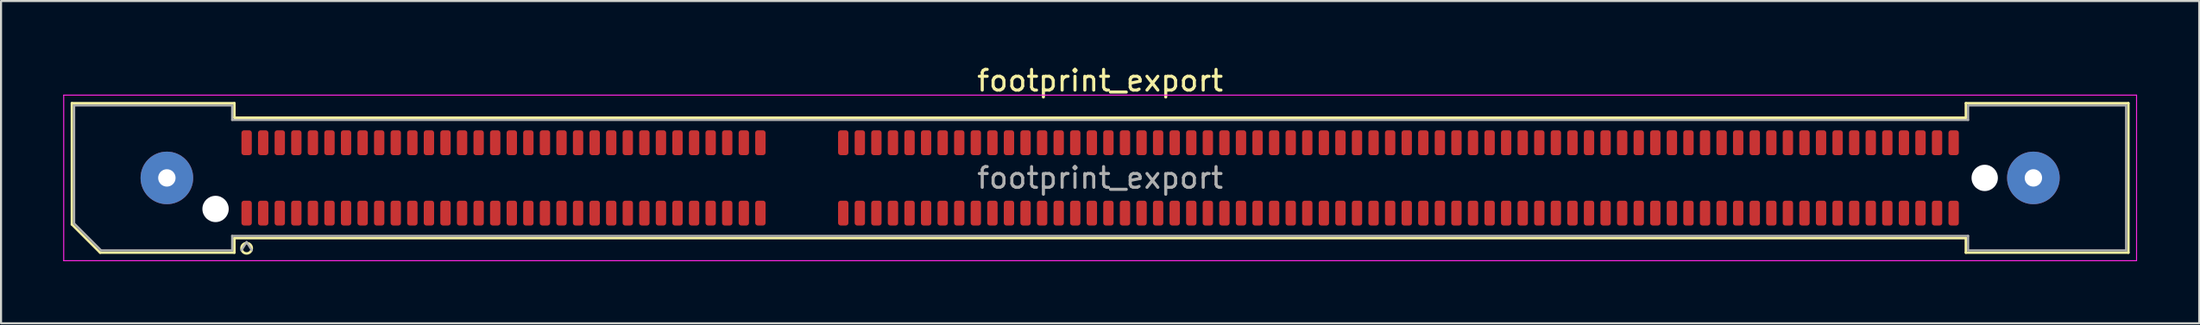
<source format=kicad_pcb>
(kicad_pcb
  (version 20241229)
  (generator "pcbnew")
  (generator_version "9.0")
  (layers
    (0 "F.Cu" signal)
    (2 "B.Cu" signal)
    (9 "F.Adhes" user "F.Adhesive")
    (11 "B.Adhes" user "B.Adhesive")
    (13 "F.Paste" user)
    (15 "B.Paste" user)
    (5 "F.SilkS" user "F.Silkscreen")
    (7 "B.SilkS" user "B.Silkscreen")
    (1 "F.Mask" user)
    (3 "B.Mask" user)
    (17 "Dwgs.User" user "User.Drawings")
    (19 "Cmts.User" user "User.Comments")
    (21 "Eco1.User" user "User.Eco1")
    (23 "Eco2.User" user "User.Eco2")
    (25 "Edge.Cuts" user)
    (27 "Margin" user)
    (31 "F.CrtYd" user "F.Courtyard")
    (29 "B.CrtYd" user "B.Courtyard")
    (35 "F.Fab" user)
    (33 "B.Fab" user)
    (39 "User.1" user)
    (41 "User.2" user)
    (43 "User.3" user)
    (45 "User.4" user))
  (footprint "footprint_export"
    (layer "F.Cu")
    (at 50.055 5.548)
    (property "Reference" "footprint_export" (at 0 -4.7 0) (layer "F.SilkS") (effects (font (size 1 1) (thickness 0.15))))
    (attr smd)
    (fp_line (start -49.635 -3.61) (end -41.79 -3.61) (stroke (width 0.12) (type solid)) (layer "F.SilkS"))
    (fp_line (start -49.635 2.246) (end -49.635 -3.61) (stroke (width 0.12) (type solid)) (layer "F.SilkS"))
    (fp_line (start -48.271 3.61) (end -49.635 2.246) (stroke (width 0.12) (type solid)) (layer "F.SilkS"))
    (fp_line (start -41.79 -3.61) (end -41.79 -2.91) (stroke (width 0.12) (type solid)) (layer "F.SilkS"))
    (fp_line (start -41.79 -2.91) (end 41.79 -2.91) (stroke (width 0.12) (type solid)) (layer "F.SilkS"))
    (fp_line (start -41.79 2.91) (end -41.79 3.61) (stroke (width 0.12) (type solid)) (layer "F.SilkS"))
    (fp_line (start -41.79 3.61) (end -48.271 3.61) (stroke (width 0.12) (type solid)) (layer "F.SilkS"))
    (fp_line (start 41.79 -3.61) (end 49.635 -3.61) (stroke (width 0.12) (type solid)) (layer "F.SilkS"))
    (fp_line (start 41.79 -2.91) (end 41.79 -3.61) (stroke (width 0.12) (type solid)) (layer "F.SilkS"))
    (fp_line (start 41.79 2.91) (end -41.79 2.91) (stroke (width 0.12) (type solid)) (layer "F.SilkS"))
    (fp_line (start 41.79 3.61) (end 41.79 2.91) (stroke (width 0.12) (type solid)) (layer "F.SilkS"))
    (fp_line (start 49.635 -3.61) (end 49.635 3.61) (stroke (width 0.12) (type solid)) (layer "F.SilkS"))
    (fp_line (start 49.635 3.61) (end 41.79 3.61) (stroke (width 0.12) (type solid)) (layer "F.SilkS"))
    (fp_circle (center -41.2 3.4) (end -40.95 3.4) (stroke (width 0.12) (type solid)) (fill no) (layer "F.SilkS"))
    (fp_line (start -50.03 -4) (end -50.03 4) (stroke (width 0.05) (type solid)) (layer "F.CrtYd"))
    (fp_line (start -50.03 4) (end 50.03 4) (stroke (width 0.05) (type solid)) (layer "F.CrtYd"))
    (fp_line (start 50.03 -4) (end -50.03 -4) (stroke (width 0.05) (type solid)) (layer "F.CrtYd"))
    (fp_line (start 50.03 4) (end 50.03 -4) (stroke (width 0.05) (type solid)) (layer "F.CrtYd"))
    (fp_line (start -49.525 -3.5) (end -41.9 -3.5) (stroke (width 0.1) (type solid)) (layer "F.Fab"))
    (fp_line (start -49.525 2.2) (end -49.525 -3.5) (stroke (width 0.1) (type solid)) (layer "F.Fab"))
    (fp_line (start -48.225 3.5) (end -49.525 2.2) (stroke (width 0.1) (type solid)) (layer "F.Fab"))
    (fp_line (start -41.9 -3.5) (end -41.9 -2.8) (stroke (width 0.1) (type solid)) (layer "F.Fab"))
    (fp_line (start -41.9 -2.8) (end 41.9 -2.8) (stroke (width 0.1) (type solid)) (layer "F.Fab"))
    (fp_line (start -41.9 2.8) (end -41.9 3.5) (stroke (width 0.1) (type solid)) (layer "F.Fab"))
    (fp_line (start -41.9 3.5) (end -48.225 3.5) (stroke (width 0.1) (type solid)) (layer "F.Fab"))
    (fp_line (start -41.2 3.1) (end -41.45 3.5) (stroke (width 0.1) (type solid)) (layer "F.Fab"))
    (fp_line (start -41.2 3.1) (end -40.95 3.5) (stroke (width 0.1) (type solid)) (layer "F.Fab"))
    (fp_line (start 41.9 -3.5) (end 49.525 -3.5) (stroke (width 0.1) (type solid)) (layer "F.Fab"))
    (fp_line (start 41.9 -2.8) (end 41.9 -3.5) (stroke (width 0.1) (type solid)) (layer "F.Fab"))
    (fp_line (start 41.9 2.8) (end -41.9 2.8) (stroke (width 0.1) (type solid)) (layer "F.Fab"))
    (fp_line (start 41.9 3.5) (end 41.9 2.8) (stroke (width 0.1) (type solid)) (layer "F.Fab"))
    (fp_line (start 49.525 -3.5) (end 49.525 3.5) (stroke (width 0.1) (type solid)) (layer "F.Fab"))
    (fp_line (start 49.525 3.5) (end 41.9 3.5) (stroke (width 0.1) (type solid)) (layer "F.Fab"))
    (fp_text user "${REFERENCE}" (at 0 0 0) (layer "F.Fab") (effects (font (size 1 1) (thickness 0.15))))
    (pad "" thru_hole circle (at -45.05 0) (size 2.54 2.54) (drill 0.84) (layers "*.Cu" "*.Mask" "F.Paste"))
    (pad "" np_thru_hole circle (at -42.7 1.5) (size 1.27 1.27) (drill 1.27) (layers "*.Cu" "*.Mask"))
    (pad "" np_thru_hole circle (at 42.7 0) (size 1.27 1.27) (drill 1.27) (layers "*.Cu" "*.Mask"))
    (pad "" thru_hole circle (at 45.05 0) (size 2.54 2.54) (drill 0.84) (layers "*.Cu" "*.Mask" "F.Paste"))
    (pad "1" smd roundrect (at -41.2 1.7) (size 0.5 1.2) (layers "F.Cu" "F.Mask" "F.Paste") (roundrect_rratio 0.25))
    (pad "2" smd roundrect (at -41.2 -1.7) (size 0.5 1.2) (layers "F.Cu" "F.Mask" "F.Paste") (roundrect_rratio 0.25))
    (pad "3" smd roundrect (at -40.4 1.7) (size 0.5 1.2) (layers "F.Cu" "F.Mask" "F.Paste") (roundrect_rratio 0.25))
    (pad "4" smd roundrect (at -40.4 -1.7) (size 0.5 1.2) (layers "F.Cu" "F.Mask" "F.Paste") (roundrect_rratio 0.25))
    (pad "5" smd roundrect (at -39.6 1.7) (size 0.5 1.2) (layers "F.Cu" "F.Mask" "F.Paste") (roundrect_rratio 0.25))
    (pad "6" smd roundrect (at -39.6 -1.7) (size 0.5 1.2) (layers "F.Cu" "F.Mask" "F.Paste") (roundrect_rratio 0.25))
    (pad "7" smd roundrect (at -38.8 1.7) (size 0.5 1.2) (layers "F.Cu" "F.Mask" "F.Paste") (roundrect_rratio 0.25))
    (pad "8" smd roundrect (at -38.8 -1.7) (size 0.5 1.2) (layers "F.Cu" "F.Mask" "F.Paste") (roundrect_rratio 0.25))
    (pad "9" smd roundrect (at -38 1.7) (size 0.5 1.2) (layers "F.Cu" "F.Mask" "F.Paste") (roundrect_rratio 0.25))
    (pad "10" smd roundrect (at -38 -1.7) (size 0.5 1.2) (layers "F.Cu" "F.Mask" "F.Paste") (roundrect_rratio 0.25))
    (pad "11" smd roundrect (at -37.2 1.7) (size 0.5 1.2) (layers "F.Cu" "F.Mask" "F.Paste") (roundrect_rratio 0.25))
    (pad "12" smd roundrect (at -37.2 -1.7) (size 0.5 1.2) (layers "F.Cu" "F.Mask" "F.Paste") (roundrect_rratio 0.25))
    (pad "13" smd roundrect (at -36.4 1.7) (size 0.5 1.2) (layers "F.Cu" "F.Mask" "F.Paste") (roundrect_rratio 0.25))
    (pad "14" smd roundrect (at -36.4 -1.7) (size 0.5 1.2) (layers "F.Cu" "F.Mask" "F.Paste") (roundrect_rratio 0.25))
    (pad "15" smd roundrect (at -35.6 1.7) (size 0.5 1.2) (layers "F.Cu" "F.Mask" "F.Paste") (roundrect_rratio 0.25))
    (pad "16" smd roundrect (at -35.6 -1.7) (size 0.5 1.2) (layers "F.Cu" "F.Mask" "F.Paste") (roundrect_rratio 0.25))
    (pad "17" smd roundrect (at -34.8 1.7) (size 0.5 1.2) (layers "F.Cu" "F.Mask" "F.Paste") (roundrect_rratio 0.25))
    (pad "18" smd roundrect (at -34.8 -1.7) (size 0.5 1.2) (layers "F.Cu" "F.Mask" "F.Paste") (roundrect_rratio 0.25))
    (pad "19" smd roundrect (at -34 1.7) (size 0.5 1.2) (layers "F.Cu" "F.Mask" "F.Paste") (roundrect_rratio 0.25))
    (pad "20" smd roundrect (at -34 -1.7) (size 0.5 1.2) (layers "F.Cu" "F.Mask" "F.Paste") (roundrect_rratio 0.25))
    (pad "21" smd roundrect (at -33.2 1.7) (size 0.5 1.2) (layers "F.Cu" "F.Mask" "F.Paste") (roundrect_rratio 0.25))
    (pad "22" smd roundrect (at -33.2 -1.7) (size 0.5 1.2) (layers "F.Cu" "F.Mask" "F.Paste") (roundrect_rratio 0.25))
    (pad "23" smd roundrect (at -32.4 1.7) (size 0.5 1.2) (layers "F.Cu" "F.Mask" "F.Paste") (roundrect_rratio 0.25))
    (pad "24" smd roundrect (at -32.4 -1.7) (size 0.5 1.2) (layers "F.Cu" "F.Mask" "F.Paste") (roundrect_rratio 0.25))
    (pad "25" smd roundrect (at -31.6 1.7) (size 0.5 1.2) (layers "F.Cu" "F.Mask" "F.Paste") (roundrect_rratio 0.25))
    (pad "26" smd roundrect (at -31.6 -1.7) (size 0.5 1.2) (layers "F.Cu" "F.Mask" "F.Paste") (roundrect_rratio 0.25))
    (pad "27" smd roundrect (at -30.8 1.7) (size 0.5 1.2) (layers "F.Cu" "F.Mask" "F.Paste") (roundrect_rratio 0.25))
    (pad "28" smd roundrect (at -30.8 -1.7) (size 0.5 1.2) (layers "F.Cu" "F.Mask" "F.Paste") (roundrect_rratio 0.25))
    (pad "29" smd roundrect (at -30 1.7) (size 0.5 1.2) (layers "F.Cu" "F.Mask" "F.Paste") (roundrect_rratio 0.25))
    (pad "30" smd roundrect (at -30 -1.7) (size 0.5 1.2) (layers "F.Cu" "F.Mask" "F.Paste") (roundrect_rratio 0.25))
    (pad "31" smd roundrect (at -29.2 1.7) (size 0.5 1.2) (layers "F.Cu" "F.Mask" "F.Paste") (roundrect_rratio 0.25))
    (pad "32" smd roundrect (at -29.2 -1.7) (size 0.5 1.2) (layers "F.Cu" "F.Mask" "F.Paste") (roundrect_rratio 0.25))
    (pad "33" smd roundrect (at -28.4 1.7) (size 0.5 1.2) (layers "F.Cu" "F.Mask" "F.Paste") (roundrect_rratio 0.25))
    (pad "34" smd roundrect (at -28.4 -1.7) (size 0.5 1.2) (layers "F.Cu" "F.Mask" "F.Paste") (roundrect_rratio 0.25))
    (pad "35" smd roundrect (at -27.6 1.7) (size 0.5 1.2) (layers "F.Cu" "F.Mask" "F.Paste") (roundrect_rratio 0.25))
    (pad "36" smd roundrect (at -27.6 -1.7) (size 0.5 1.2) (layers "F.Cu" "F.Mask" "F.Paste") (roundrect_rratio 0.25))
    (pad "37" smd roundrect (at -26.8 1.7) (size 0.5 1.2) (layers "F.Cu" "F.Mask" "F.Paste") (roundrect_rratio 0.25))
    (pad "38" smd roundrect (at -26.8 -1.7) (size 0.5 1.2) (layers "F.Cu" "F.Mask" "F.Paste") (roundrect_rratio 0.25))
    (pad "39" smd roundrect (at -26 1.7) (size 0.5 1.2) (layers "F.Cu" "F.Mask" "F.Paste") (roundrect_rratio 0.25))
    (pad "40" smd roundrect (at -26 -1.7) (size 0.5 1.2) (layers "F.Cu" "F.Mask" "F.Paste") (roundrect_rratio 0.25))
    (pad "41" smd roundrect (at -25.2 1.7) (size 0.5 1.2) (layers "F.Cu" "F.Mask" "F.Paste") (roundrect_rratio 0.25))
    (pad "42" smd roundrect (at -25.2 -1.7) (size 0.5 1.2) (layers "F.Cu" "F.Mask" "F.Paste") (roundrect_rratio 0.25))
    (pad "43" smd roundrect (at -24.4 1.7) (size 0.5 1.2) (layers "F.Cu" "F.Mask" "F.Paste") (roundrect_rratio 0.25))
    (pad "44" smd roundrect (at -24.4 -1.7) (size 0.5 1.2) (layers "F.Cu" "F.Mask" "F.Paste") (roundrect_rratio 0.25))
    (pad "45" smd roundrect (at -23.6 1.7) (size 0.5 1.2) (layers "F.Cu" "F.Mask" "F.Paste") (roundrect_rratio 0.25))
    (pad "46" smd roundrect (at -23.6 -1.7) (size 0.5 1.2) (layers "F.Cu" "F.Mask" "F.Paste") (roundrect_rratio 0.25))
    (pad "47" smd roundrect (at -22.8 1.7) (size 0.5 1.2) (layers "F.Cu" "F.Mask" "F.Paste") (roundrect_rratio 0.25))
    (pad "48" smd roundrect (at -22.8 -1.7) (size 0.5 1.2) (layers "F.Cu" "F.Mask" "F.Paste") (roundrect_rratio 0.25))
    (pad "49" smd roundrect (at -22 1.7) (size 0.5 1.2) (layers "F.Cu" "F.Mask" "F.Paste") (roundrect_rratio 0.25))
    (pad "50" smd roundrect (at -22 -1.7) (size 0.5 1.2) (layers "F.Cu" "F.Mask" "F.Paste") (roundrect_rratio 0.25))
    (pad "51" smd roundrect (at -21.2 1.7) (size 0.5 1.2) (layers "F.Cu" "F.Mask" "F.Paste") (roundrect_rratio 0.25))
    (pad "52" smd roundrect (at -21.2 -1.7) (size 0.5 1.2) (layers "F.Cu" "F.Mask" "F.Paste") (roundrect_rratio 0.25))
    (pad "53" smd roundrect (at -20.4 1.7) (size 0.5 1.2) (layers "F.Cu" "F.Mask" "F.Paste") (roundrect_rratio 0.25))
    (pad "54" smd roundrect (at -20.4 -1.7) (size 0.5 1.2) (layers "F.Cu" "F.Mask" "F.Paste") (roundrect_rratio 0.25))
    (pad "55" smd roundrect (at -19.6 1.7) (size 0.5 1.2) (layers "F.Cu" "F.Mask" "F.Paste") (roundrect_rratio 0.25))
    (pad "56" smd roundrect (at -19.6 -1.7) (size 0.5 1.2) (layers "F.Cu" "F.Mask" "F.Paste") (roundrect_rratio 0.25))
    (pad "57" smd roundrect (at -18.8 1.7) (size 0.5 1.2) (layers "F.Cu" "F.Mask" "F.Paste") (roundrect_rratio 0.25))
    (pad "58" smd roundrect (at -18.8 -1.7) (size 0.5 1.2) (layers "F.Cu" "F.Mask" "F.Paste") (roundrect_rratio 0.25))
    (pad "59" smd roundrect (at -18 1.7) (size 0.5 1.2) (layers "F.Cu" "F.Mask" "F.Paste") (roundrect_rratio 0.25))
    (pad "60" smd roundrect (at -18 -1.7) (size 0.5 1.2) (layers "F.Cu" "F.Mask" "F.Paste") (roundrect_rratio 0.25))
    (pad "61" smd roundrect (at -17.2 1.7) (size 0.5 1.2) (layers "F.Cu" "F.Mask" "F.Paste") (roundrect_rratio 0.25))
    (pad "62" smd roundrect (at -17.2 -1.7) (size 0.5 1.2) (layers "F.Cu" "F.Mask" "F.Paste") (roundrect_rratio 0.25))
    (pad "63" smd roundrect (at -16.4 1.7) (size 0.5 1.2) (layers "F.Cu" "F.Mask" "F.Paste") (roundrect_rratio 0.25))
    (pad "64" smd roundrect (at -16.4 -1.7) (size 0.5 1.2) (layers "F.Cu" "F.Mask" "F.Paste") (roundrect_rratio 0.25))
    (pad "65" smd roundrect (at -12.4 1.7) (size 0.5 1.2) (layers "F.Cu" "F.Mask" "F.Paste") (roundrect_rratio 0.25))
    (pad "66" smd roundrect (at -12.4 -1.7) (size 0.5 1.2) (layers "F.Cu" "F.Mask" "F.Paste") (roundrect_rratio 0.25))
    (pad "67" smd roundrect (at -11.6 1.7) (size 0.5 1.2) (layers "F.Cu" "F.Mask" "F.Paste") (roundrect_rratio 0.25))
    (pad "68" smd roundrect (at -11.6 -1.7) (size 0.5 1.2) (layers "F.Cu" "F.Mask" "F.Paste") (roundrect_rratio 0.25))
    (pad "69" smd roundrect (at -10.8 1.7) (size 0.5 1.2) (layers "F.Cu" "F.Mask" "F.Paste") (roundrect_rratio 0.25))
    (pad "70" smd roundrect (at -10.8 -1.7) (size 0.5 1.2) (layers "F.Cu" "F.Mask" "F.Paste") (roundrect_rratio 0.25))
    (pad "71" smd roundrect (at -10 1.7) (size 0.5 1.2) (layers "F.Cu" "F.Mask" "F.Paste") (roundrect_rratio 0.25))
    (pad "72" smd roundrect (at -10 -1.7) (size 0.5 1.2) (layers "F.Cu" "F.Mask" "F.Paste") (roundrect_rratio 0.25))
    (pad "73" smd roundrect (at -9.2 1.7) (size 0.5 1.2) (layers "F.Cu" "F.Mask" "F.Paste") (roundrect_rratio 0.25))
    (pad "74" smd roundrect (at -9.2 -1.7) (size 0.5 1.2) (layers "F.Cu" "F.Mask" "F.Paste") (roundrect_rratio 0.25))
    (pad "75" smd roundrect (at -8.4 1.7) (size 0.5 1.2) (layers "F.Cu" "F.Mask" "F.Paste") (roundrect_rratio 0.25))
    (pad "76" smd roundrect (at -8.4 -1.7) (size 0.5 1.2) (layers "F.Cu" "F.Mask" "F.Paste") (roundrect_rratio 0.25))
    (pad "77" smd roundrect (at -7.6 1.7) (size 0.5 1.2) (layers "F.Cu" "F.Mask" "F.Paste") (roundrect_rratio 0.25))
    (pad "78" smd roundrect (at -7.6 -1.7) (size 0.5 1.2) (layers "F.Cu" "F.Mask" "F.Paste") (roundrect_rratio 0.25))
    (pad "79" smd roundrect (at -6.8 1.7) (size 0.5 1.2) (layers "F.Cu" "F.Mask" "F.Paste") (roundrect_rratio 0.25))
    (pad "80" smd roundrect (at -6.8 -1.7) (size 0.5 1.2) (layers "F.Cu" "F.Mask" "F.Paste") (roundrect_rratio 0.25))
    (pad "81" smd roundrect (at -6 1.7) (size 0.5 1.2) (layers "F.Cu" "F.Mask" "F.Paste") (roundrect_rratio 0.25))
    (pad "82" smd roundrect (at -6 -1.7) (size 0.5 1.2) (layers "F.Cu" "F.Mask" "F.Paste") (roundrect_rratio 0.25))
    (pad "83" smd roundrect (at -5.2 1.7) (size 0.5 1.2) (layers "F.Cu" "F.Mask" "F.Paste") (roundrect_rratio 0.25))
    (pad "84" smd roundrect (at -5.2 -1.7) (size 0.5 1.2) (layers "F.Cu" "F.Mask" "F.Paste") (roundrect_rratio 0.25))
    (pad "85" smd roundrect (at -4.4 1.7) (size 0.5 1.2) (layers "F.Cu" "F.Mask" "F.Paste") (roundrect_rratio 0.25))
    (pad "86" smd roundrect (at -4.4 -1.7) (size 0.5 1.2) (layers "F.Cu" "F.Mask" "F.Paste") (roundrect_rratio 0.25))
    (pad "87" smd roundrect (at -3.6 1.7) (size 0.5 1.2) (layers "F.Cu" "F.Mask" "F.Paste") (roundrect_rratio 0.25))
    (pad "88" smd roundrect (at -3.6 -1.7) (size 0.5 1.2) (layers "F.Cu" "F.Mask" "F.Paste") (roundrect_rratio 0.25))
    (pad "89" smd roundrect (at -2.8 1.7) (size 0.5 1.2) (layers "F.Cu" "F.Mask" "F.Paste") (roundrect_rratio 0.25))
    (pad "90" smd roundrect (at -2.8 -1.7) (size 0.5 1.2) (layers "F.Cu" "F.Mask" "F.Paste") (roundrect_rratio 0.25))
    (pad "91" smd roundrect (at -2 1.7) (size 0.5 1.2) (layers "F.Cu" "F.Mask" "F.Paste") (roundrect_rratio 0.25))
    (pad "92" smd roundrect (at -2 -1.7) (size 0.5 1.2) (layers "F.Cu" "F.Mask" "F.Paste") (roundrect_rratio 0.25))
    (pad "93" smd roundrect (at -1.2 1.7) (size 0.5 1.2) (layers "F.Cu" "F.Mask" "F.Paste") (roundrect_rratio 0.25))
    (pad "94" smd roundrect (at -1.2 -1.7) (size 0.5 1.2) (layers "F.Cu" "F.Mask" "F.Paste") (roundrect_rratio 0.25))
    (pad "95" smd roundrect (at -0.4 1.7) (size 0.5 1.2) (layers "F.Cu" "F.Mask" "F.Paste") (roundrect_rratio 0.25))
    (pad "96" smd roundrect (at -0.4 -1.7) (size 0.5 1.2) (layers "F.Cu" "F.Mask" "F.Paste") (roundrect_rratio 0.25))
    (pad "97" smd roundrect (at 0.4 1.7) (size 0.5 1.2) (layers "F.Cu" "F.Mask" "F.Paste") (roundrect_rratio 0.25))
    (pad "98" smd roundrect (at 0.4 -1.7) (size 0.5 1.2) (layers "F.Cu" "F.Mask" "F.Paste") (roundrect_rratio 0.25))
    (pad "99" smd roundrect (at 1.2 1.7) (size 0.5 1.2) (layers "F.Cu" "F.Mask" "F.Paste") (roundrect_rratio 0.25))
    (pad "100" smd roundrect (at 1.2 -1.7) (size 0.5 1.2) (layers "F.Cu" "F.Mask" "F.Paste") (roundrect_rratio 0.25))
    (pad "101" smd roundrect (at 2 1.7) (size 0.5 1.2) (layers "F.Cu" "F.Mask" "F.Paste") (roundrect_rratio 0.25))
    (pad "102" smd roundrect (at 2 -1.7) (size 0.5 1.2) (layers "F.Cu" "F.Mask" "F.Paste") (roundrect_rratio 0.25))
    (pad "103" smd roundrect (at 2.8 1.7) (size 0.5 1.2) (layers "F.Cu" "F.Mask" "F.Paste") (roundrect_rratio 0.25))
    (pad "104" smd roundrect (at 2.8 -1.7) (size 0.5 1.2) (layers "F.Cu" "F.Mask" "F.Paste") (roundrect_rratio 0.25))
    (pad "105" smd roundrect (at 3.6 1.7) (size 0.5 1.2) (layers "F.Cu" "F.Mask" "F.Paste") (roundrect_rratio 0.25))
    (pad "106" smd roundrect (at 3.6 -1.7) (size 0.5 1.2) (layers "F.Cu" "F.Mask" "F.Paste") (roundrect_rratio 0.25))
    (pad "107" smd roundrect (at 4.4 1.7) (size 0.5 1.2) (layers "F.Cu" "F.Mask" "F.Paste") (roundrect_rratio 0.25))
    (pad "108" smd roundrect (at 4.4 -1.7) (size 0.5 1.2) (layers "F.Cu" "F.Mask" "F.Paste") (roundrect_rratio 0.25))
    (pad "109" smd roundrect (at 5.2 1.7) (size 0.5 1.2) (layers "F.Cu" "F.Mask" "F.Paste") (roundrect_rratio 0.25))
    (pad "110" smd roundrect (at 5.2 -1.7) (size 0.5 1.2) (layers "F.Cu" "F.Mask" "F.Paste") (roundrect_rratio 0.25))
    (pad "111" smd roundrect (at 6 1.7) (size 0.5 1.2) (layers "F.Cu" "F.Mask" "F.Paste") (roundrect_rratio 0.25))
    (pad "112" smd roundrect (at 6 -1.7) (size 0.5 1.2) (layers "F.Cu" "F.Mask" "F.Paste") (roundrect_rratio 0.25))
    (pad "113" smd roundrect (at 6.8 1.7) (size 0.5 1.2) (layers "F.Cu" "F.Mask" "F.Paste") (roundrect_rratio 0.25))
    (pad "114" smd roundrect (at 6.8 -1.7) (size 0.5 1.2) (layers "F.Cu" "F.Mask" "F.Paste") (roundrect_rratio 0.25))
    (pad "115" smd roundrect (at 7.6 1.7) (size 0.5 1.2) (layers "F.Cu" "F.Mask" "F.Paste") (roundrect_rratio 0.25))
    (pad "116" smd roundrect (at 7.6 -1.7) (size 0.5 1.2) (layers "F.Cu" "F.Mask" "F.Paste") (roundrect_rratio 0.25))
    (pad "117" smd roundrect (at 8.4 1.7) (size 0.5 1.2) (layers "F.Cu" "F.Mask" "F.Paste") (roundrect_rratio 0.25))
    (pad "118" smd roundrect (at 8.4 -1.7) (size 0.5 1.2) (layers "F.Cu" "F.Mask" "F.Paste") (roundrect_rratio 0.25))
    (pad "119" smd roundrect (at 9.2 1.7) (size 0.5 1.2) (layers "F.Cu" "F.Mask" "F.Paste") (roundrect_rratio 0.25))
    (pad "120" smd roundrect (at 9.2 -1.7) (size 0.5 1.2) (layers "F.Cu" "F.Mask" "F.Paste") (roundrect_rratio 0.25))
    (pad "121" smd roundrect (at 10 1.7) (size 0.5 1.2) (layers "F.Cu" "F.Mask" "F.Paste") (roundrect_rratio 0.25))
    (pad "122" smd roundrect (at 10 -1.7) (size 0.5 1.2) (layers "F.Cu" "F.Mask" "F.Paste") (roundrect_rratio 0.25))
    (pad "123" smd roundrect (at 10.8 1.7) (size 0.5 1.2) (layers "F.Cu" "F.Mask" "F.Paste") (roundrect_rratio 0.25))
    (pad "124" smd roundrect (at 10.8 -1.7) (size 0.5 1.2) (layers "F.Cu" "F.Mask" "F.Paste") (roundrect_rratio 0.25))
    (pad "125" smd roundrect (at 11.6 1.7) (size 0.5 1.2) (layers "F.Cu" "F.Mask" "F.Paste") (roundrect_rratio 0.25))
    (pad "126" smd roundrect (at 11.6 -1.7) (size 0.5 1.2) (layers "F.Cu" "F.Mask" "F.Paste") (roundrect_rratio 0.25))
    (pad "127" smd roundrect (at 12.4 1.7) (size 0.5 1.2) (layers "F.Cu" "F.Mask" "F.Paste") (roundrect_rratio 0.25))
    (pad "128" smd roundrect (at 12.4 -1.7) (size 0.5 1.2) (layers "F.Cu" "F.Mask" "F.Paste") (roundrect_rratio 0.25))
    (pad "129" smd roundrect (at 13.2 1.7) (size 0.5 1.2) (layers "F.Cu" "F.Mask" "F.Paste") (roundrect_rratio 0.25))
    (pad "130" smd roundrect (at 13.2 -1.7) (size 0.5 1.2) (layers "F.Cu" "F.Mask" "F.Paste") (roundrect_rratio 0.25))
    (pad "131" smd roundrect (at 14 1.7) (size 0.5 1.2) (layers "F.Cu" "F.Mask" "F.Paste") (roundrect_rratio 0.25))
    (pad "132" smd roundrect (at 14 -1.7) (size 0.5 1.2) (layers "F.Cu" "F.Mask" "F.Paste") (roundrect_rratio 0.25))
    (pad "133" smd roundrect (at 14.8 1.7) (size 0.5 1.2) (layers "F.Cu" "F.Mask" "F.Paste") (roundrect_rratio 0.25))
    (pad "134" smd roundrect (at 14.8 -1.7) (size 0.5 1.2) (layers "F.Cu" "F.Mask" "F.Paste") (roundrect_rratio 0.25))
    (pad "135" smd roundrect (at 15.6 1.7) (size 0.5 1.2) (layers "F.Cu" "F.Mask" "F.Paste") (roundrect_rratio 0.25))
    (pad "136" smd roundrect (at 15.6 -1.7) (size 0.5 1.2) (layers "F.Cu" "F.Mask" "F.Paste") (roundrect_rratio 0.25))
    (pad "137" smd roundrect (at 16.4 1.7) (size 0.5 1.2) (layers "F.Cu" "F.Mask" "F.Paste") (roundrect_rratio 0.25))
    (pad "138" smd roundrect (at 16.4 -1.7) (size 0.5 1.2) (layers "F.Cu" "F.Mask" "F.Paste") (roundrect_rratio 0.25))
    (pad "139" smd roundrect (at 17.2 1.7) (size 0.5 1.2) (layers "F.Cu" "F.Mask" "F.Paste") (roundrect_rratio 0.25))
    (pad "140" smd roundrect (at 17.2 -1.7) (size 0.5 1.2) (layers "F.Cu" "F.Mask" "F.Paste") (roundrect_rratio 0.25))
    (pad "141" smd roundrect (at 18 1.7) (size 0.5 1.2) (layers "F.Cu" "F.Mask" "F.Paste") (roundrect_rratio 0.25))
    (pad "142" smd roundrect (at 18 -1.7) (size 0.5 1.2) (layers "F.Cu" "F.Mask" "F.Paste") (roundrect_rratio 0.25))
    (pad "143" smd roundrect (at 18.8 1.7) (size 0.5 1.2) (layers "F.Cu" "F.Mask" "F.Paste") (roundrect_rratio 0.25))
    (pad "144" smd roundrect (at 18.8 -1.7) (size 0.5 1.2) (layers "F.Cu" "F.Mask" "F.Paste") (roundrect_rratio 0.25))
    (pad "145" smd roundrect (at 19.6 1.7) (size 0.5 1.2) (layers "F.Cu" "F.Mask" "F.Paste") (roundrect_rratio 0.25))
    (pad "146" smd roundrect (at 19.6 -1.7) (size 0.5 1.2) (layers "F.Cu" "F.Mask" "F.Paste") (roundrect_rratio 0.25))
    (pad "147" smd roundrect (at 20.4 1.7) (size 0.5 1.2) (layers "F.Cu" "F.Mask" "F.Paste") (roundrect_rratio 0.25))
    (pad "148" smd roundrect (at 20.4 -1.7) (size 0.5 1.2) (layers "F.Cu" "F.Mask" "F.Paste") (roundrect_rratio 0.25))
    (pad "149" smd roundrect (at 21.2 1.7) (size 0.5 1.2) (layers "F.Cu" "F.Mask" "F.Paste") (roundrect_rratio 0.25))
    (pad "150" smd roundrect (at 21.2 -1.7) (size 0.5 1.2) (layers "F.Cu" "F.Mask" "F.Paste") (roundrect_rratio 0.25))
    (pad "151" smd roundrect (at 22 1.7) (size 0.5 1.2) (layers "F.Cu" "F.Mask" "F.Paste") (roundrect_rratio 0.25))
    (pad "152" smd roundrect (at 22 -1.7) (size 0.5 1.2) (layers "F.Cu" "F.Mask" "F.Paste") (roundrect_rratio 0.25))
    (pad "153" smd roundrect (at 22.8 1.7) (size 0.5 1.2) (layers "F.Cu" "F.Mask" "F.Paste") (roundrect_rratio 0.25))
    (pad "154" smd roundrect (at 22.8 -1.7) (size 0.5 1.2) (layers "F.Cu" "F.Mask" "F.Paste") (roundrect_rratio 0.25))
    (pad "155" smd roundrect (at 23.6 1.7) (size 0.5 1.2) (layers "F.Cu" "F.Mask" "F.Paste") (roundrect_rratio 0.25))
    (pad "156" smd roundrect (at 23.6 -1.7) (size 0.5 1.2) (layers "F.Cu" "F.Mask" "F.Paste") (roundrect_rratio 0.25))
    (pad "157" smd roundrect (at 24.4 1.7) (size 0.5 1.2) (layers "F.Cu" "F.Mask" "F.Paste") (roundrect_rratio 0.25))
    (pad "158" smd roundrect (at 24.4 -1.7) (size 0.5 1.2) (layers "F.Cu" "F.Mask" "F.Paste") (roundrect_rratio 0.25))
    (pad "159" smd roundrect (at 25.2 1.7) (size 0.5 1.2) (layers "F.Cu" "F.Mask" "F.Paste") (roundrect_rratio 0.25))
    (pad "160" smd roundrect (at 25.2 -1.7) (size 0.5 1.2) (layers "F.Cu" "F.Mask" "F.Paste") (roundrect_rratio 0.25))
    (pad "161" smd roundrect (at 26 1.7) (size 0.5 1.2) (layers "F.Cu" "F.Mask" "F.Paste") (roundrect_rratio 0.25))
    (pad "162" smd roundrect (at 26 -1.7) (size 0.5 1.2) (layers "F.Cu" "F.Mask" "F.Paste") (roundrect_rratio 0.25))
    (pad "163" smd roundrect (at 26.8 1.7) (size 0.5 1.2) (layers "F.Cu" "F.Mask" "F.Paste") (roundrect_rratio 0.25))
    (pad "164" smd roundrect (at 26.8 -1.7) (size 0.5 1.2) (layers "F.Cu" "F.Mask" "F.Paste") (roundrect_rratio 0.25))
    (pad "165" smd roundrect (at 27.6 1.7) (size 0.5 1.2) (layers "F.Cu" "F.Mask" "F.Paste") (roundrect_rratio 0.25))
    (pad "166" smd roundrect (at 27.6 -1.7) (size 0.5 1.2) (layers "F.Cu" "F.Mask" "F.Paste") (roundrect_rratio 0.25))
    (pad "167" smd roundrect (at 28.4 1.7) (size 0.5 1.2) (layers "F.Cu" "F.Mask" "F.Paste") (roundrect_rratio 0.25))
    (pad "168" smd roundrect (at 28.4 -1.7) (size 0.5 1.2) (layers "F.Cu" "F.Mask" "F.Paste") (roundrect_rratio 0.25))
    (pad "169" smd roundrect (at 29.2 1.7) (size 0.5 1.2) (layers "F.Cu" "F.Mask" "F.Paste") (roundrect_rratio 0.25))
    (pad "170" smd roundrect (at 29.2 -1.7) (size 0.5 1.2) (layers "F.Cu" "F.Mask" "F.Paste") (roundrect_rratio 0.25))
    (pad "171" smd roundrect (at 30 1.7) (size 0.5 1.2) (layers "F.Cu" "F.Mask" "F.Paste") (roundrect_rratio 0.25))
    (pad "172" smd roundrect (at 30 -1.7) (size 0.5 1.2) (layers "F.Cu" "F.Mask" "F.Paste") (roundrect_rratio 0.25))
    (pad "173" smd roundrect (at 30.8 1.7) (size 0.5 1.2) (layers "F.Cu" "F.Mask" "F.Paste") (roundrect_rratio 0.25))
    (pad "174" smd roundrect (at 30.8 -1.7) (size 0.5 1.2) (layers "F.Cu" "F.Mask" "F.Paste") (roundrect_rratio 0.25))
    (pad "175" smd roundrect (at 31.6 1.7) (size 0.5 1.2) (layers "F.Cu" "F.Mask" "F.Paste") (roundrect_rratio 0.25))
    (pad "176" smd roundrect (at 31.6 -1.7) (size 0.5 1.2) (layers "F.Cu" "F.Mask" "F.Paste") (roundrect_rratio 0.25))
    (pad "177" smd roundrect (at 32.4 1.7) (size 0.5 1.2) (layers "F.Cu" "F.Mask" "F.Paste") (roundrect_rratio 0.25))
    (pad "178" smd roundrect (at 32.4 -1.7) (size 0.5 1.2) (layers "F.Cu" "F.Mask" "F.Paste") (roundrect_rratio 0.25))
    (pad "179" smd roundrect (at 33.2 1.7) (size 0.5 1.2) (layers "F.Cu" "F.Mask" "F.Paste") (roundrect_rratio 0.25))
    (pad "180" smd roundrect (at 33.2 -1.7) (size 0.5 1.2) (layers "F.Cu" "F.Mask" "F.Paste") (roundrect_rratio 0.25))
    (pad "181" smd roundrect (at 34 1.7) (size 0.5 1.2) (layers "F.Cu" "F.Mask" "F.Paste") (roundrect_rratio 0.25))
    (pad "182" smd roundrect (at 34 -1.7) (size 0.5 1.2) (layers "F.Cu" "F.Mask" "F.Paste") (roundrect_rratio 0.25))
    (pad "183" smd roundrect (at 34.8 1.7) (size 0.5 1.2) (layers "F.Cu" "F.Mask" "F.Paste") (roundrect_rratio 0.25))
    (pad "184" smd roundrect (at 34.8 -1.7) (size 0.5 1.2) (layers "F.Cu" "F.Mask" "F.Paste") (roundrect_rratio 0.25))
    (pad "185" smd roundrect (at 35.6 1.7) (size 0.5 1.2) (layers "F.Cu" "F.Mask" "F.Paste") (roundrect_rratio 0.25))
    (pad "186" smd roundrect (at 35.6 -1.7) (size 0.5 1.2) (layers "F.Cu" "F.Mask" "F.Paste") (roundrect_rratio 0.25))
    (pad "187" smd roundrect (at 36.4 1.7) (size 0.5 1.2) (layers "F.Cu" "F.Mask" "F.Paste") (roundrect_rratio 0.25))
    (pad "188" smd roundrect (at 36.4 -1.7) (size 0.5 1.2) (layers "F.Cu" "F.Mask" "F.Paste") (roundrect_rratio 0.25))
    (pad "189" smd roundrect (at 37.2 1.7) (size 0.5 1.2) (layers "F.Cu" "F.Mask" "F.Paste") (roundrect_rratio 0.25))
    (pad "190" smd roundrect (at 37.2 -1.7) (size 0.5 1.2) (layers "F.Cu" "F.Mask" "F.Paste") (roundrect_rratio 0.25))
    (pad "191" smd roundrect (at 38 1.7) (size 0.5 1.2) (layers "F.Cu" "F.Mask" "F.Paste") (roundrect_rratio 0.25))
    (pad "192" smd roundrect (at 38 -1.7) (size 0.5 1.2) (layers "F.Cu" "F.Mask" "F.Paste") (roundrect_rratio 0.25))
    (pad "193" smd roundrect (at 38.8 1.7) (size 0.5 1.2) (layers "F.Cu" "F.Mask" "F.Paste") (roundrect_rratio 0.25))
    (pad "194" smd roundrect (at 38.8 -1.7) (size 0.5 1.2) (layers "F.Cu" "F.Mask" "F.Paste") (roundrect_rratio 0.25))
    (pad "195" smd roundrect (at 39.6 1.7) (size 0.5 1.2) (layers "F.Cu" "F.Mask" "F.Paste") (roundrect_rratio 0.25))
    (pad "196" smd roundrect (at 39.6 -1.7) (size 0.5 1.2) (layers "F.Cu" "F.Mask" "F.Paste") (roundrect_rratio 0.25))
    (pad "197" smd roundrect (at 40.4 1.7) (size 0.5 1.2) (layers "F.Cu" "F.Mask" "F.Paste") (roundrect_rratio 0.25))
    (pad "198" smd roundrect (at 40.4 -1.7) (size 0.5 1.2) (layers "F.Cu" "F.Mask" "F.Paste") (roundrect_rratio 0.25))
    (pad "199" smd roundrect (at 41.2 1.7) (size 0.5 1.2) (layers "F.Cu" "F.Mask" "F.Paste") (roundrect_rratio 0.25))
    (pad "200" smd roundrect (at 41.2 -1.7) (size 0.5 1.2) (layers "F.Cu" "F.Mask" "F.Paste") (roundrect_rratio 0.25)))
  (gr_rect
    (start -3 -3)
    (end 103.11 12.573)
    (stroke (width 0.1) (type default))
    (fill no)
    (layer "Edge.Cuts")))
</source>
